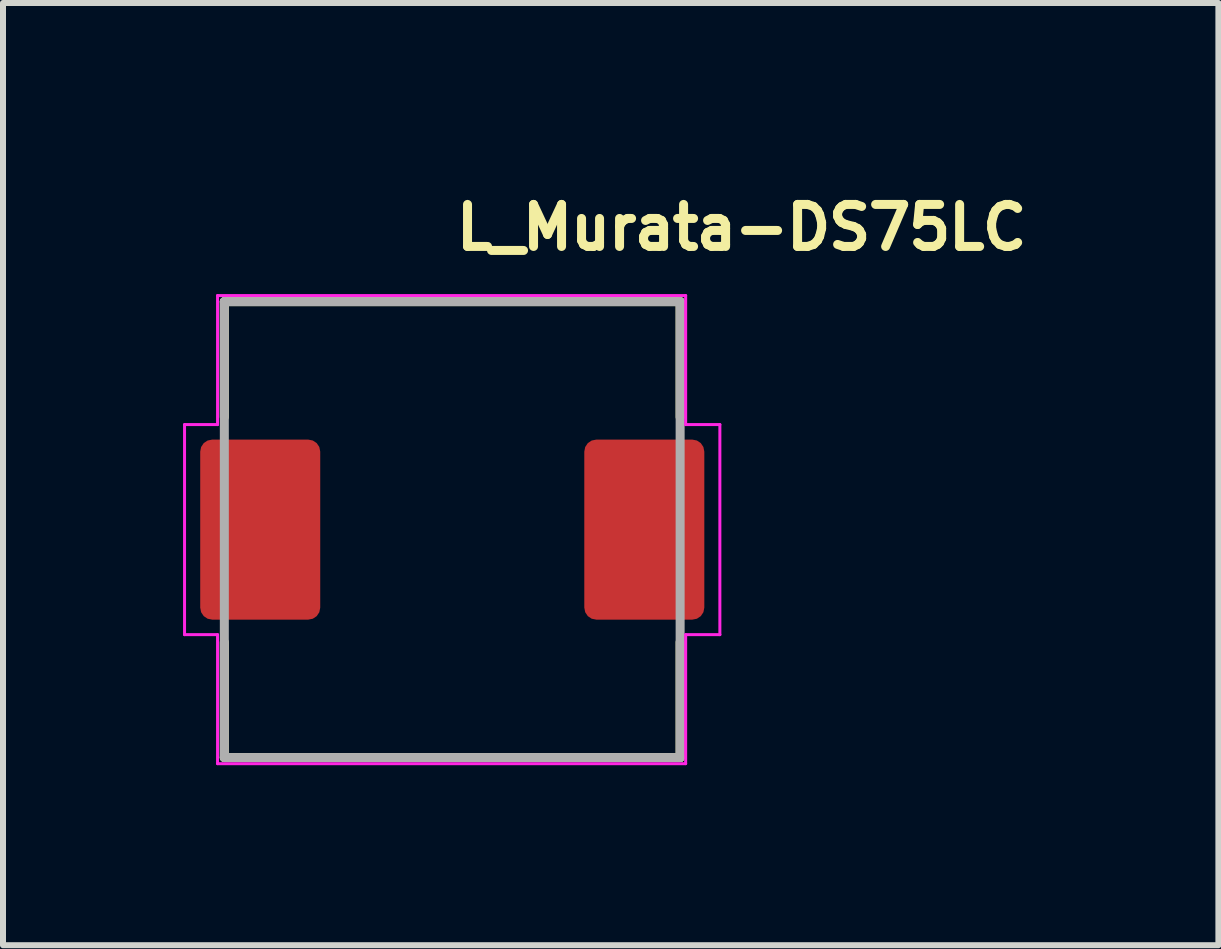
<source format=kicad_pcb>
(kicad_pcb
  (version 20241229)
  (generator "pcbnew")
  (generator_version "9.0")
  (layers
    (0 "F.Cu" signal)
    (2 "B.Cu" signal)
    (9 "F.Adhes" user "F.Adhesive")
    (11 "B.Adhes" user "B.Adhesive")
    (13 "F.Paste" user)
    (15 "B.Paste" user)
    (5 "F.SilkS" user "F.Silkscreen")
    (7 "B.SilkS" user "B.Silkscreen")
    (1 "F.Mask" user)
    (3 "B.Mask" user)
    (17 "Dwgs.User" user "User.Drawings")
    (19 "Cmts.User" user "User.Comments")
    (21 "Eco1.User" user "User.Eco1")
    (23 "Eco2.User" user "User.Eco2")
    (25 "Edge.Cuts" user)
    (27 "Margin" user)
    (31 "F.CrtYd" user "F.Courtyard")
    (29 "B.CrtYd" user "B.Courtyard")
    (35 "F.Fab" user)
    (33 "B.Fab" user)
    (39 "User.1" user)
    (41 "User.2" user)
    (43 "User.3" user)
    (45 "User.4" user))
  (footprint "L_Murata-DS75LC"
    (layer "F.Cu")
    (at 4.475 5.775)
    (property "Reference" "L_Murata-DS75LC" (at 0 -4.625 0) (layer "F.SilkS") (effects (font (size 0.7 0.7) (thickness 0.15)) (justify left bottom)))
    (attr smd)
    (fp_line (start -3.787 -3.799) (end 3.808 -3.799) (stroke (width 0.15) (type solid)) (layer "F.SilkS"))
    (fp_line (start -3.787 -1.875) (end -3.787 -3.799) (stroke (width 0.15) (type solid)) (layer "F.SilkS"))
    (fp_line (start -3.787 3.798) (end -3.787 1.875) (stroke (width 0.15) (type solid)) (layer "F.SilkS"))
    (fp_line (start -3.787 3.798) (end 3.808 3.798) (stroke (width 0.15) (type solid)) (layer "F.SilkS"))
    (fp_line (start 3.808 -1.875) (end 3.808 -3.799) (stroke (width 0.15) (type solid)) (layer "F.SilkS"))
    (fp_line (start 3.808 3.798) (end 3.808 1.875) (stroke (width 0.15) (type solid)) (layer "F.SilkS"))
    (fp_line (start -4.45 -1.75) (end -4.45 1.75) (stroke (width 0.05) (type solid)) (layer "F.CrtYd"))
    (fp_line (start -3.9 -1.75) (end -4.45 -1.75) (stroke (width 0.05) (type solid)) (layer "F.CrtYd"))
    (fp_line (start -3.9 -1.75) (end -3.9 -3.9) (stroke (width 0.05) (type solid)) (layer "F.CrtYd"))
    (fp_line (start -3.9 1.75) (end -4.45 1.75) (stroke (width 0.05) (type solid)) (layer "F.CrtYd"))
    (fp_line (start -3.9 1.75) (end -3.9 3.9) (stroke (width 0.05) (type solid)) (layer "F.CrtYd"))
    (fp_line (start 3.9 -3.9) (end -3.9 -3.9) (stroke (width 0.05) (type solid)) (layer "F.CrtYd"))
    (fp_line (start 3.9 -3.9) (end 3.9 -1.75) (stroke (width 0.05) (type solid)) (layer "F.CrtYd"))
    (fp_line (start 3.9 -1.75) (end 4.47 -1.75) (stroke (width 0.05) (type solid)) (layer "F.CrtYd"))
    (fp_line (start 3.9 1.75) (end 3.9 3.9) (stroke (width 0.05) (type solid)) (layer "F.CrtYd"))
    (fp_line (start 3.9 1.75) (end 4.47 1.75) (stroke (width 0.05) (type solid)) (layer "F.CrtYd"))
    (fp_line (start 3.9 3.9) (end -3.9 3.9) (stroke (width 0.05) (type solid)) (layer "F.CrtYd"))
    (fp_line (start 4.47 1.75) (end 4.47 -1.75) (stroke (width 0.05) (type solid)) (layer "F.CrtYd"))
    (fp_line (start -3.787 -3.799) (end 3.808 -3.799) (stroke (width 0.15) (type solid)) (layer "F.Fab"))
    (fp_line (start -3.787 3.798) (end -3.787 -3.799) (stroke (width 0.15) (type solid)) (layer "F.Fab"))
    (fp_line (start 3.808 -3.799) (end 3.808 3.798) (stroke (width 0.15) (type solid)) (layer "F.Fab"))
    (fp_line (start 3.808 3.798) (end -3.787 3.798) (stroke (width 0.15) (type solid)) (layer "F.Fab"))
    (fp_rect (start -3.65 -3.65) (end 3.65 3.65) (stroke (width 0.1) (type solid)) (fill no) (layer "User.5"))
    (fp_line (start -3.65 -1) (end -3.65 1) (stroke (width 0.02) (type solid)) (layer "User.9"))
    (fp_line (start -3.65 1) (end -3.65 -1) (stroke (width 0.02) (type solid)) (layer "User.9"))
    (fp_line (start -3.65 1) (end -3.5 1) (stroke (width 0.02) (type solid)) (layer "User.9"))
    (fp_line (start -3.5 -3.15) (end -3.499 -3.174) (stroke (width 0.02) (type solid)) (layer "User.9"))
    (fp_line (start -3.5 -1) (end -3.65 -1) (stroke (width 0.02) (type solid)) (layer "User.9"))
    (fp_line (start -3.5 -1) (end -3.5 -3.15) (stroke (width 0.02) (type solid)) (layer "User.9"))
    (fp_line (start -3.5 -1) (end -2.85 -1) (stroke (width 0.02) (type solid)) (layer "User.9"))
    (fp_line (start -3.5 3.15) (end -3.5 1) (stroke (width 0.02) (type solid)) (layer "User.9"))
    (fp_line (start -3.499 -3.174) (end -3.497 -3.199) (stroke (width 0.02) (type solid)) (layer "User.9"))
    (fp_line (start -3.499 3.174) (end -3.5 3.15) (stroke (width 0.02) (type solid)) (layer "User.9"))
    (fp_line (start -3.497 -3.199) (end -3.494 -3.223) (stroke (width 0.02) (type solid)) (layer "User.9"))
    (fp_line (start -3.497 3.199) (end -3.499 3.174) (stroke (width 0.02) (type solid)) (layer "User.9"))
    (fp_line (start -3.494 -3.223) (end -3.49 -3.248) (stroke (width 0.02) (type solid)) (layer "User.9"))
    (fp_line (start -3.494 3.223) (end -3.497 3.199) (stroke (width 0.02) (type solid)) (layer "User.9"))
    (fp_line (start -3.49 -3.248) (end -3.484 -3.271) (stroke (width 0.02) (type solid)) (layer "User.9"))
    (fp_line (start -3.49 3.248) (end -3.494 3.223) (stroke (width 0.02) (type solid)) (layer "User.9"))
    (fp_line (start -3.484 -3.271) (end -3.478 -3.295) (stroke (width 0.02) (type solid)) (layer "User.9"))
    (fp_line (start -3.484 3.271) (end -3.49 3.248) (stroke (width 0.02) (type solid)) (layer "User.9"))
    (fp_line (start -3.478 -3.295) (end -3.47 -3.318) (stroke (width 0.02) (type solid)) (layer "User.9"))
    (fp_line (start -3.478 3.295) (end -3.484 3.271) (stroke (width 0.02) (type solid)) (layer "User.9"))
    (fp_line (start -3.47 -3.318) (end -3.461 -3.341) (stroke (width 0.02) (type solid)) (layer "User.9"))
    (fp_line (start -3.47 3.317) (end -3.478 3.295) (stroke (width 0.02) (type solid)) (layer "User.9"))
    (fp_line (start -3.461 -3.341) (end -3.452 -3.363) (stroke (width 0.02) (type solid)) (layer "User.9"))
    (fp_line (start -3.461 3.341) (end -3.47 3.317) (stroke (width 0.02) (type solid)) (layer "User.9"))
    (fp_line (start -3.452 -3.363) (end -3.441 -3.384) (stroke (width 0.02) (type solid)) (layer "User.9"))
    (fp_line (start -3.452 3.363) (end -3.461 3.341) (stroke (width 0.02) (type solid)) (layer "User.9"))
    (fp_line (start -3.441 -3.384) (end -3.429 -3.406) (stroke (width 0.02) (type solid)) (layer "User.9"))
    (fp_line (start -3.441 3.384) (end -3.452 3.363) (stroke (width 0.02) (type solid)) (layer "User.9"))
    (fp_line (start -3.429 -3.406) (end -3.415 -3.427) (stroke (width 0.02) (type solid)) (layer "User.9"))
    (fp_line (start -3.429 3.405) (end -3.441 3.384) (stroke (width 0.02) (type solid)) (layer "User.9"))
    (fp_line (start -3.415 -3.427) (end -3.401 -3.447) (stroke (width 0.02) (type solid)) (layer "User.9"))
    (fp_line (start -3.415 3.426) (end -3.429 3.405) (stroke (width 0.02) (type solid)) (layer "User.9"))
    (fp_line (start -3.401 -3.447) (end -3.386 -3.466) (stroke (width 0.02) (type solid)) (layer "User.9"))
    (fp_line (start -3.401 3.447) (end -3.415 3.426) (stroke (width 0.02) (type solid)) (layer "User.9"))
    (fp_line (start -3.386 -3.466) (end -3.37 -3.485) (stroke (width 0.02) (type solid)) (layer "User.9"))
    (fp_line (start -3.386 3.466) (end -3.401 3.447) (stroke (width 0.02) (type solid)) (layer "User.9"))
    (fp_line (start -3.37 -3.485) (end -3.353 -3.503) (stroke (width 0.02) (type solid)) (layer "User.9"))
    (fp_line (start -3.37 3.485) (end -3.386 3.466) (stroke (width 0.02) (type solid)) (layer "User.9"))
    (fp_line (start -3.353 -3.503) (end -3.353 -3.503) (stroke (width 0.02) (type solid)) (layer "User.9"))
    (fp_line (start -3.353 -3.503) (end -3.335 -3.52) (stroke (width 0.02) (type solid)) (layer "User.9"))
    (fp_line (start -3.353 3.503) (end -3.37 3.485) (stroke (width 0.02) (type solid)) (layer "User.9"))
    (fp_line (start -3.353 3.503) (end -3.353 3.503) (stroke (width 0.02) (type solid)) (layer "User.9"))
    (fp_line (start -3.335 -3.52) (end -3.316 -3.536) (stroke (width 0.02) (type solid)) (layer "User.9"))
    (fp_line (start -3.335 3.519) (end -3.353 3.503) (stroke (width 0.02) (type solid)) (layer "User.9"))
    (fp_line (start -3.316 -3.536) (end -3.297 -3.551) (stroke (width 0.02) (type solid)) (layer "User.9"))
    (fp_line (start -3.316 3.535) (end -3.335 3.519) (stroke (width 0.02) (type solid)) (layer "User.9"))
    (fp_line (start -3.297 -3.551) (end -3.277 -3.565) (stroke (width 0.02) (type solid)) (layer "User.9"))
    (fp_line (start -3.297 3.551) (end -3.316 3.535) (stroke (width 0.02) (type solid)) (layer "User.9"))
    (fp_line (start -3.277 -3.565) (end -3.256 -3.578) (stroke (width 0.02) (type solid)) (layer "User.9"))
    (fp_line (start -3.277 3.565) (end -3.297 3.551) (stroke (width 0.02) (type solid)) (layer "User.9"))
    (fp_line (start -3.256 -3.578) (end -3.235 -3.591) (stroke (width 0.02) (type solid)) (layer "User.9"))
    (fp_line (start -3.256 3.578) (end -3.277 3.565) (stroke (width 0.02) (type solid)) (layer "User.9"))
    (fp_line (start -3.235 -3.591) (end -3.213 -3.602) (stroke (width 0.02) (type solid)) (layer "User.9"))
    (fp_line (start -3.235 3.591) (end -3.256 3.578) (stroke (width 0.02) (type solid)) (layer "User.9"))
    (fp_line (start -3.213 -3.602) (end -3.191 -3.61) (stroke (width 0.02) (type solid)) (layer "User.9"))
    (fp_line (start -3.213 3.602) (end -3.235 3.591) (stroke (width 0.02) (type solid)) (layer "User.9"))
    (fp_line (start -3.191 -3.61) (end -3.168 -3.62) (stroke (width 0.02) (type solid)) (layer "User.9"))
    (fp_line (start -3.191 3.61) (end -3.213 3.602) (stroke (width 0.02) (type solid)) (layer "User.9"))
    (fp_line (start -3.168 -3.62) (end -3.145 -3.628) (stroke (width 0.02) (type solid)) (layer "User.9"))
    (fp_line (start -3.168 3.62) (end -3.191 3.61) (stroke (width 0.02) (type solid)) (layer "User.9"))
    (fp_line (start -3.145 -3.628) (end -3.121 -3.634) (stroke (width 0.02) (type solid)) (layer "User.9"))
    (fp_line (start -3.145 3.628) (end -3.168 3.62) (stroke (width 0.02) (type solid)) (layer "User.9"))
    (fp_line (start -3.121 -3.634) (end -3.098 -3.639) (stroke (width 0.02) (type solid)) (layer "User.9"))
    (fp_line (start -3.121 3.634) (end -3.145 3.628) (stroke (width 0.02) (type solid)) (layer "User.9"))
    (fp_line (start -3.098 -3.639) (end -3.073 -3.644) (stroke (width 0.02) (type solid)) (layer "User.9"))
    (fp_line (start -3.098 3.639) (end -3.121 3.634) (stroke (width 0.02) (type solid)) (layer "User.9"))
    (fp_line (start -3.073 -3.644) (end -3.049 -3.647) (stroke (width 0.02) (type solid)) (layer "User.9"))
    (fp_line (start -3.073 3.644) (end -3.098 3.639) (stroke (width 0.02) (type solid)) (layer "User.9"))
    (fp_line (start -3.049 -3.647) (end -3.024 -3.649) (stroke (width 0.02) (type solid)) (layer "User.9"))
    (fp_line (start -3.049 3.647) (end -3.073 3.644) (stroke (width 0.02) (type solid)) (layer "User.9"))
    (fp_line (start -3.024 -3.649) (end -3 -3.65) (stroke (width 0.02) (type solid)) (layer "User.9"))
    (fp_line (start -3.024 3.649) (end -3.049 3.647) (stroke (width 0.02) (type solid)) (layer "User.9"))
    (fp_line (start -3 -3.65) (end 3 -3.65) (stroke (width 0.02) (type solid)) (layer "User.9"))
    (fp_line (start -3 3.65) (end -3.024 3.649) (stroke (width 0.02) (type solid)) (layer "User.9"))
    (fp_line (start -2.85 -1) (end -2.839 -0.999) (stroke (width 0.02) (type solid)) (layer "User.9"))
    (fp_line (start -2.85 1) (end -3.5 1) (stroke (width 0.02) (type solid)) (layer "User.9"))
    (fp_line (start -2.839 -0.999) (end -2.829 -0.998) (stroke (width 0.02) (type solid)) (layer "User.9"))
    (fp_line (start -2.839 0.999) (end -2.85 1) (stroke (width 0.02) (type solid)) (layer "User.9"))
    (fp_line (start -2.829 -0.998) (end -2.819 -0.997) (stroke (width 0.02) (type solid)) (layer "User.9"))
    (fp_line (start -2.829 0.998) (end -2.839 0.999) (stroke (width 0.02) (type solid)) (layer "User.9"))
    (fp_line (start -2.828 0.998) (end -2.787 1.109) (stroke (width 0.02) (type solid)) (layer "User.9"))
    (fp_line (start -2.819 -0.997) (end -2.809 -0.995) (stroke (width 0.02) (type solid)) (layer "User.9"))
    (fp_line (start -2.819 0.996) (end -2.829 0.998) (stroke (width 0.02) (type solid)) (layer "User.9"))
    (fp_line (start -2.809 -0.995) (end -2.8 -0.993) (stroke (width 0.02) (type solid)) (layer "User.9"))
    (fp_line (start -2.809 0.995) (end -2.819 0.996) (stroke (width 0.02) (type solid)) (layer "User.9"))
    (fp_line (start -2.8 -0.993) (end -2.79 -0.991) (stroke (width 0.02) (type solid)) (layer "User.9"))
    (fp_line (start -2.8 0.992) (end -2.809 0.995) (stroke (width 0.02) (type solid)) (layer "User.9"))
    (fp_line (start -2.79 -0.991) (end -2.781 -0.987) (stroke (width 0.02) (type solid)) (layer "User.9"))
    (fp_line (start -2.79 0.991) (end -2.8 0.992) (stroke (width 0.02) (type solid)) (layer "User.9"))
    (fp_line (start -2.787 1.109) (end -2.741 1.218) (stroke (width 0.02) (type solid)) (layer "User.9"))
    (fp_line (start -2.781 -0.987) (end -2.772 -0.984) (stroke (width 0.02) (type solid)) (layer "User.9"))
    (fp_line (start -2.781 0.987) (end -2.79 0.991) (stroke (width 0.02) (type solid)) (layer "User.9"))
    (fp_line (start -2.772 -0.984) (end -2.763 -0.98) (stroke (width 0.02) (type solid)) (layer "User.9"))
    (fp_line (start -2.772 0.984) (end -2.781 0.987) (stroke (width 0.02) (type solid)) (layer "User.9"))
    (fp_line (start -2.772 1.145) (end -2.759 1.177) (stroke (width 0.02) (type solid)) (layer "User.9"))
    (fp_line (start -2.763 -0.98) (end -2.754 -0.975) (stroke (width 0.02) (type solid)) (layer "User.9"))
    (fp_line (start -2.763 0.98) (end -2.772 0.984) (stroke (width 0.02) (type solid)) (layer "User.9"))
    (fp_line (start -2.759 1.177) (end -2.753 1.19) (stroke (width 0.02) (type solid)) (layer "User.9"))
    (fp_line (start -2.754 -0.975) (end -2.746 -0.971) (stroke (width 0.02) (type solid)) (layer "User.9"))
    (fp_line (start -2.754 0.975) (end -2.763 0.98) (stroke (width 0.02) (type solid)) (layer "User.9"))
    (fp_line (start -2.753 1.19) (end -2.748 1.201) (stroke (width 0.02) (type solid)) (layer "User.9"))
    (fp_line (start -2.746 -0.971) (end -2.738 -0.965) (stroke (width 0.02) (type solid)) (layer "User.9"))
    (fp_line (start -2.746 0.971) (end -2.754 0.975) (stroke (width 0.02) (type solid)) (layer "User.9"))
    (fp_line (start -2.741 -1.218) (end -2.828 -0.998) (stroke (width 0.02) (type solid)) (layer "User.9"))
    (fp_line (start -2.741 1.218) (end -2.691 1.325) (stroke (width 0.02) (type solid)) (layer "User.9"))
    (fp_line (start -2.738 -0.965) (end -2.73 -0.96) (stroke (width 0.02) (type solid)) (layer "User.9"))
    (fp_line (start -2.738 0.964) (end -2.746 0.971) (stroke (width 0.02) (type solid)) (layer "User.9"))
    (fp_line (start -2.73 -0.96) (end -2.722 -0.953) (stroke (width 0.02) (type solid)) (layer "User.9"))
    (fp_line (start -2.73 0.96) (end -2.738 0.964) (stroke (width 0.02) (type solid)) (layer "User.9"))
    (fp_line (start -2.722 -0.953) (end -2.715 -0.947) (stroke (width 0.02) (type solid)) (layer "User.9"))
    (fp_line (start -2.722 0.954) (end -2.73 0.96) (stroke (width 0.02) (type solid)) (layer "User.9"))
    (fp_line (start -2.715 -0.947) (end -2.708 -0.941) (stroke (width 0.02) (type solid)) (layer "User.9"))
    (fp_line (start -2.715 0.947) (end -2.722 0.954) (stroke (width 0.02) (type solid)) (layer "User.9"))
    (fp_line (start -2.708 -0.941) (end -2.701 -0.933) (stroke (width 0.02) (type solid)) (layer "User.9"))
    (fp_line (start -2.708 0.94) (end -2.715 0.947) (stroke (width 0.02) (type solid)) (layer "User.9"))
    (fp_line (start -2.701 -0.933) (end -2.695 -0.927) (stroke (width 0.02) (type solid)) (layer "User.9"))
    (fp_line (start -2.701 0.934) (end -2.708 0.94) (stroke (width 0.02) (type solid)) (layer "User.9"))
    (fp_line (start -2.695 -0.927) (end -2.689 -0.919) (stroke (width 0.02) (type solid)) (layer "User.9"))
    (fp_line (start -2.695 0.927) (end -2.701 0.934) (stroke (width 0.02) (type solid)) (layer "User.9"))
    (fp_line (start -2.691 1.325) (end -2.637 1.428) (stroke (width 0.02) (type solid)) (layer "User.9"))
    (fp_line (start -2.689 -0.919) (end -2.684 -0.911) (stroke (width 0.02) (type solid)) (layer "User.9"))
    (fp_line (start -2.689 0.919) (end -2.695 0.927) (stroke (width 0.02) (type solid)) (layer "User.9"))
    (fp_line (start -2.684 -0.911) (end -2.678 -0.903) (stroke (width 0.02) (type solid)) (layer "User.9"))
    (fp_line (start -2.684 0.911) (end -2.689 0.919) (stroke (width 0.02) (type solid)) (layer "User.9"))
    (fp_line (start -2.678 -0.903) (end -2.674 -0.895) (stroke (width 0.02) (type solid)) (layer "User.9"))
    (fp_line (start -2.678 0.903) (end -2.684 0.911) (stroke (width 0.02) (type solid)) (layer "User.9"))
    (fp_line (start -2.674 -0.895) (end -2.669 -0.885) (stroke (width 0.02) (type solid)) (layer "User.9"))
    (fp_line (start -2.674 0.895) (end -2.678 0.903) (stroke (width 0.02) (type solid)) (layer "User.9"))
    (fp_line (start -2.669 -0.885) (end -2.665 -0.877) (stroke (width 0.02) (type solid)) (layer "User.9"))
    (fp_line (start -2.669 0.886) (end -2.674 0.895) (stroke (width 0.02) (type solid)) (layer "User.9"))
    (fp_line (start -2.665 -0.877) (end -2.662 -0.868) (stroke (width 0.02) (type solid)) (layer "User.9"))
    (fp_line (start -2.665 0.876) (end -2.669 0.886) (stroke (width 0.02) (type solid)) (layer "User.9"))
    (fp_line (start -2.662 -0.868) (end -2.658 -0.859) (stroke (width 0.02) (type solid)) (layer "User.9"))
    (fp_line (start -2.662 0.867) (end -2.665 0.876) (stroke (width 0.02) (type solid)) (layer "User.9"))
    (fp_line (start -2.661 -0.868) (end -2.624 -0.975) (stroke (width 0.02) (type solid)) (layer "User.9"))
    (fp_line (start -2.658 -0.859) (end -2.656 -0.849) (stroke (width 0.02) (type solid)) (layer "User.9"))
    (fp_line (start -2.658 0.859) (end -2.662 0.867) (stroke (width 0.02) (type solid)) (layer "User.9"))
    (fp_line (start -2.656 -0.849) (end -2.654 -0.84) (stroke (width 0.02) (type solid)) (layer "User.9"))
    (fp_line (start -2.656 0.849) (end -2.658 0.859) (stroke (width 0.02) (type solid)) (layer "User.9"))
    (fp_line (start -2.654 -0.84) (end -2.652 -0.83) (stroke (width 0.02) (type solid)) (layer "User.9"))
    (fp_line (start -2.654 0.839) (end -2.656 0.849) (stroke (width 0.02) (type solid)) (layer "User.9"))
    (fp_line (start -2.652 -0.83) (end -2.651 -0.82) (stroke (width 0.02) (type solid)) (layer "User.9"))
    (fp_line (start -2.652 0.83) (end -2.654 0.839) (stroke (width 0.02) (type solid)) (layer "User.9"))
    (fp_line (start -2.651 -0.82) (end -2.65 -0.81) (stroke (width 0.02) (type solid)) (layer "User.9"))
    (fp_line (start -2.651 0.819) (end -2.652 0.83) (stroke (width 0.02) (type solid)) (layer "User.9"))
    (fp_line (start -2.65 -0.81) (end -2.65 -0.8) (stroke (width 0.02) (type solid)) (layer "User.9"))
    (fp_line (start -2.65 -0.8) (end -2.65 0.799) (stroke (width 0.02) (type solid)) (layer "User.9"))
    (fp_line (start -2.65 -0.299) (end -2.4 -0.299) (stroke (width 0.02) (type solid)) (layer "User.9"))
    (fp_line (start -2.65 -0.299) (end -2.4 -0.299) (stroke (width 0.02) (type solid)) (layer "User.9"))
    (fp_line (start -2.65 0.299) (end -2.4 0.299) (stroke (width 0.02) (type solid)) (layer "User.9"))
    (fp_line (start -2.65 0.799) (end -2.65 0.81) (stroke (width 0.02) (type solid)) (layer "User.9"))
    (fp_line (start -2.65 0.81) (end -2.651 0.819) (stroke (width 0.02) (type solid)) (layer "User.9"))
    (fp_line (start -2.637 -1.429) (end -2.741 -1.218) (stroke (width 0.02) (type solid)) (layer "User.9"))
    (fp_line (start -2.637 1.428) (end -2.58 1.53) (stroke (width 0.02) (type solid)) (layer "User.9"))
    (fp_line (start -2.624 -0.975) (end -2.583 -1.079) (stroke (width 0.02) (type solid)) (layer "User.9"))
    (fp_line (start -2.583 -1.079) (end -2.661 -0.868) (stroke (width 0.02) (type solid)) (layer "User.9"))
    (fp_line (start -2.583 -1.079) (end -2.538 -1.182) (stroke (width 0.02) (type solid)) (layer "User.9"))
    (fp_line (start -2.583 1.079) (end -2.661 0.867) (stroke (width 0.02) (type solid)) (layer "User.9"))
    (fp_line (start -2.58 1.53) (end -2.519 1.628) (stroke (width 0.02) (type solid)) (layer "User.9"))
    (fp_line (start -2.538 -1.182) (end -2.489 -1.282) (stroke (width 0.02) (type solid)) (layer "User.9"))
    (fp_line (start -2.519 -1.628) (end -2.637 -1.429) (stroke (width 0.02) (type solid)) (layer "User.9"))
    (fp_line (start -2.519 1.628) (end -2.454 1.724) (stroke (width 0.02) (type solid)) (layer "User.9"))
    (fp_line (start -2.489 -1.282) (end -2.583 -1.079) (stroke (width 0.02) (type solid)) (layer "User.9"))
    (fp_line (start -2.489 -1.282) (end -2.436 -1.379) (stroke (width 0.02) (type solid)) (layer "User.9"))
    (fp_line (start -2.489 1.282) (end -2.583 1.079) (stroke (width 0.02) (type solid)) (layer "User.9"))
    (fp_line (start -2.454 1.724) (end -2.387 1.817) (stroke (width 0.02) (type solid)) (layer "User.9"))
    (fp_line (start -2.436 -1.379) (end -2.38 -1.474) (stroke (width 0.02) (type solid)) (layer "User.9"))
    (fp_line (start -2.4 -0.299) (end -2.65 -0.299) (stroke (width 0.02) (type solid)) (layer "User.9"))
    (fp_line (start -2.4 0.299) (end -2.65 0.299) (stroke (width 0.02) (type solid)) (layer "User.9"))
    (fp_line (start -2.4 0.299) (end -2.38 0.298) (stroke (width 0.02) (type solid)) (layer "User.9"))
    (fp_line (start -2.389 -0.298) (end -2.4 -0.299) (stroke (width 0.02) (type solid)) (layer "User.9"))
    (fp_line (start -2.387 -1.817) (end -2.519 -1.628) (stroke (width 0.02) (type solid)) (layer "User.9"))
    (fp_line (start -2.387 1.817) (end -2.315 1.907) (stroke (width 0.02) (type solid)) (layer "User.9"))
    (fp_line (start -2.38 -1.474) (end -2.489 -1.282) (stroke (width 0.02) (type solid)) (layer "User.9"))
    (fp_line (start -2.38 -1.474) (end -2.32 -1.565) (stroke (width 0.02) (type solid)) (layer "User.9"))
    (fp_line (start -2.38 -0.298) (end -2.389 -0.298) (stroke (width 0.02) (type solid)) (layer "User.9"))
    (fp_line (start -2.38 0.298) (end -2.36 0.297) (stroke (width 0.02) (type solid)) (layer "User.9"))
    (fp_line (start -2.38 1.474) (end -2.489 1.282) (stroke (width 0.02) (type solid)) (layer "User.9"))
    (fp_line (start -2.37 -0.298) (end -2.38 -0.298) (stroke (width 0.02) (type solid)) (layer "User.9"))
    (fp_line (start -2.36 -0.297) (end -2.37 -0.298) (stroke (width 0.02) (type solid)) (layer "User.9"))
    (fp_line (start -2.36 0.297) (end -2.34 0.294) (stroke (width 0.02) (type solid)) (layer "User.9"))
    (fp_line (start -2.35 -0.294) (end -2.36 -0.297) (stroke (width 0.02) (type solid)) (layer "User.9"))
    (fp_line (start -2.34 -0.294) (end -2.35 -0.294) (stroke (width 0.02) (type solid)) (layer "User.9"))
    (fp_line (start -2.34 0.294) (end -2.321 0.289) (stroke (width 0.02) (type solid)) (layer "User.9"))
    (fp_line (start -2.331 -0.291) (end -2.34 -0.294) (stroke (width 0.02) (type solid)) (layer "User.9"))
    (fp_line (start -2.321 -0.289) (end -2.331 -0.291) (stroke (width 0.02) (type solid)) (layer "User.9"))
    (fp_line (start -2.321 0.289) (end -2.303 0.282) (stroke (width 0.02) (type solid)) (layer "User.9"))
    (fp_line (start -2.32 -1.565) (end -2.257 -1.656) (stroke (width 0.02) (type solid)) (layer "User.9"))
    (fp_line (start -2.315 1.907) (end -2.241 1.993) (stroke (width 0.02) (type solid)) (layer "User.9"))
    (fp_line (start -2.312 -0.286) (end -2.321 -0.289) (stroke (width 0.02) (type solid)) (layer "User.9"))
    (fp_line (start -2.303 -0.282) (end -2.312 -0.286) (stroke (width 0.02) (type solid)) (layer "User.9"))
    (fp_line (start -2.303 0.282) (end -2.284 0.277) (stroke (width 0.02) (type solid)) (layer "User.9"))
    (fp_line (start -2.293 -0.279) (end -2.303 -0.282) (stroke (width 0.02) (type solid)) (layer "User.9"))
    (fp_line (start -2.284 -0.277) (end -2.293 -0.279) (stroke (width 0.02) (type solid)) (layer "User.9"))
    (fp_line (start -2.284 0.277) (end -2.267 0.267) (stroke (width 0.02) (type solid)) (layer "User.9"))
    (fp_line (start -2.275 -0.273) (end -2.284 -0.277) (stroke (width 0.02) (type solid)) (layer "User.9"))
    (fp_line (start -2.267 -0.267) (end -2.275 -0.273) (stroke (width 0.02) (type solid)) (layer "User.9"))
    (fp_line (start -2.267 0.267) (end -2.25 0.258) (stroke (width 0.02) (type solid)) (layer "User.9"))
    (fp_line (start -2.258 -0.263) (end -2.267 -0.267) (stroke (width 0.02) (type solid)) (layer "User.9"))
    (fp_line (start -2.257 -1.656) (end -2.38 -1.474) (stroke (width 0.02) (type solid)) (layer "User.9"))
    (fp_line (start -2.257 -1.656) (end -2.191 -1.742) (stroke (width 0.02) (type solid)) (layer "User.9"))
    (fp_line (start -2.257 1.655) (end -2.38 1.474) (stroke (width 0.02) (type solid)) (layer "User.9"))
    (fp_line (start -2.25 -0.258) (end -2.258 -0.263) (stroke (width 0.02) (type solid)) (layer "User.9"))
    (fp_line (start -2.25 0.258) (end -2.233 0.249) (stroke (width 0.02) (type solid)) (layer "User.9"))
    (fp_line (start -2.241 -1.994) (end -2.387 -1.817) (stroke (width 0.02) (type solid)) (layer "User.9"))
    (fp_line (start -2.241 -0.254) (end -2.25 -0.258) (stroke (width 0.02) (type solid)) (layer "User.9"))
    (fp_line (start -2.241 1.993) (end -2.163 2.078) (stroke (width 0.02) (type solid)) (layer "User.9"))
    (fp_line (start -2.233 -0.249) (end -2.241 -0.254) (stroke (width 0.02) (type solid)) (layer "User.9"))
    (fp_line (start -2.233 0.249) (end -2.217 0.237) (stroke (width 0.02) (type solid)) (layer "User.9"))
    (fp_line (start -2.225 -0.244) (end -2.233 -0.249) (stroke (width 0.02) (type solid)) (layer "User.9"))
    (fp_line (start -2.217 -0.237) (end -2.225 -0.244) (stroke (width 0.02) (type solid)) (layer "User.9"))
    (fp_line (start -2.217 0.237) (end -2.202 0.225) (stroke (width 0.02) (type solid)) (layer "User.9"))
    (fp_line (start -2.21 -0.232) (end -2.217 -0.237) (stroke (width 0.02) (type solid)) (layer "User.9"))
    (fp_line (start -2.202 -0.225) (end -2.21 -0.232) (stroke (width 0.02) (type solid)) (layer "User.9"))
    (fp_line (start -2.202 0.225) (end -2.188 0.212) (stroke (width 0.02) (type solid)) (layer "User.9"))
    (fp_line (start -2.195 -0.218) (end -2.202 -0.225) (stroke (width 0.02) (type solid)) (layer "User.9"))
    (fp_line (start -2.191 -1.742) (end -2.122 -1.826) (stroke (width 0.02) (type solid)) (layer "User.9"))
    (fp_line (start -2.188 -0.212) (end -2.195 -0.218) (stroke (width 0.02) (type solid)) (layer "User.9"))
    (fp_line (start -2.188 0.212) (end -2.174 0.197) (stroke (width 0.02) (type solid)) (layer "User.9"))
    (fp_line (start -2.181 -0.205) (end -2.188 -0.212) (stroke (width 0.02) (type solid)) (layer "User.9"))
    (fp_line (start -2.174 -0.197) (end -2.181 -0.205) (stroke (width 0.02) (type solid)) (layer "User.9"))
    (fp_line (start -2.174 0.197) (end -2.162 0.182) (stroke (width 0.02) (type solid)) (layer "User.9"))
    (fp_line (start -2.168 -0.189) (end -2.174 -0.197) (stroke (width 0.02) (type solid)) (layer "User.9"))
    (fp_line (start -2.163 2.078) (end -2.083 2.158) (stroke (width 0.02) (type solid)) (layer "User.9"))
    (fp_line (start -2.162 -0.182) (end -2.168 -0.189) (stroke (width 0.02) (type solid)) (layer "User.9"))
    (fp_line (start -2.162 0.182) (end -2.15 0.165) (stroke (width 0.02) (type solid)) (layer "User.9"))
    (fp_line (start -2.156 -0.174) (end -2.162 -0.182) (stroke (width 0.02) (type solid)) (layer "User.9"))
    (fp_line (start -2.15 -0.165) (end -2.156 -0.174) (stroke (width 0.02) (type solid)) (layer "User.9"))
    (fp_line (start -2.15 0.165) (end -2.14 0.149) (stroke (width 0.02) (type solid)) (layer "User.9"))
    (fp_line (start -2.145 -0.157) (end -2.15 -0.165) (stroke (width 0.02) (type solid)) (layer "User.9"))
    (fp_line (start -2.14 -0.149) (end -2.145 -0.157) (stroke (width 0.02) (type solid)) (layer "User.9"))
    (fp_line (start -2.14 -0.149) (end -2.14 -0.149) (stroke (width 0.02) (type solid)) (layer "User.9"))
    (fp_line (start -2.14 0.149) (end -2.14 0.149) (stroke (width 0.02) (type solid)) (layer "User.9"))
    (fp_line (start -2.14 0.149) (end -2.13 0.132) (stroke (width 0.02) (type solid)) (layer "User.9"))
    (fp_line (start -2.13 -0.132) (end -2.14 -0.149) (stroke (width 0.02) (type solid)) (layer "User.9"))
    (fp_line (start -2.13 0.132) (end -2.122 0.113) (stroke (width 0.02) (type solid)) (layer "User.9"))
    (fp_line (start -2.122 -1.826) (end -2.257 -1.656) (stroke (width 0.02) (type solid)) (layer "User.9"))
    (fp_line (start -2.122 -1.826) (end -2.049 -1.907) (stroke (width 0.02) (type solid)) (layer "User.9"))
    (fp_line (start -2.122 -0.113) (end -2.13 -0.132) (stroke (width 0.02) (type solid)) (layer "User.9"))
    (fp_line (start -2.122 0.113) (end -2.115 0.095) (stroke (width 0.02) (type solid)) (layer "User.9"))
    (fp_line (start -2.122 1.825) (end -2.257 1.655) (stroke (width 0.02) (type solid)) (layer "User.9"))
    (fp_line (start -2.115 -0.095) (end -2.122 -0.113) (stroke (width 0.02) (type solid)) (layer "User.9"))
    (fp_line (start -2.115 0.095) (end -2.11 0.076) (stroke (width 0.02) (type solid)) (layer "User.9"))
    (fp_line (start -2.11 -0.076) (end -2.115 -0.095) (stroke (width 0.02) (type solid)) (layer "User.9"))
    (fp_line (start -2.11 0.076) (end -2.105 0.056) (stroke (width 0.02) (type solid)) (layer "User.9"))
    (fp_line (start -2.105 -0.056) (end -2.11 -0.076) (stroke (width 0.02) (type solid)) (layer "User.9"))
    (fp_line (start -2.105 0.056) (end -2.102 0.037) (stroke (width 0.02) (type solid)) (layer "User.9"))
    (fp_line (start -2.102 -0.037) (end -2.105 -0.056) (stroke (width 0.02) (type solid)) (layer "User.9"))
    (fp_line (start -2.102 0.037) (end -2.1 0.019) (stroke (width 0.02) (type solid)) (layer "User.9"))
    (fp_line (start -2.1 -0.019) (end -2.102 -0.037) (stroke (width 0.02) (type solid)) (layer "User.9"))
    (fp_line (start -2.1 0) (end -2.1 -0.019) (stroke (width 0.02) (type solid)) (layer "User.9"))
    (fp_line (start -2.1 0.019) (end -2.1 0) (stroke (width 0.02) (type solid)) (layer "User.9"))
    (fp_line (start -2.083 -2.158) (end -2.241 -1.994) (stroke (width 0.02) (type solid)) (layer "User.9"))
    (fp_line (start -2.083 2.158) (end -1.998 2.235) (stroke (width 0.02) (type solid)) (layer "User.9"))
    (fp_line (start -2.049 -1.907) (end -1.974 -1.984) (stroke (width 0.02) (type solid)) (layer "User.9"))
    (fp_line (start -1.998 2.235) (end -1.913 2.309) (stroke (width 0.02) (type solid)) (layer "User.9"))
    (fp_line (start -1.974 -1.984) (end -2.122 -1.826) (stroke (width 0.02) (type solid)) (layer "User.9"))
    (fp_line (start -1.974 -1.984) (end -1.895 -2.06) (stroke (width 0.02) (type solid)) (layer "User.9"))
    (fp_line (start -1.974 1.985) (end -2.122 1.825) (stroke (width 0.02) (type solid)) (layer "User.9"))
    (fp_line (start -1.913 -2.31) (end -2.083 -2.158) (stroke (width 0.02) (type solid)) (layer "User.9"))
    (fp_line (start -1.913 2.309) (end -1.824 2.381) (stroke (width 0.02) (type solid)) (layer "User.9"))
    (fp_line (start -1.895 -2.06) (end -1.814 -2.132) (stroke (width 0.02) (type solid)) (layer "User.9"))
    (fp_line (start -1.824 2.381) (end -1.732 2.449) (stroke (width 0.02) (type solid)) (layer "User.9"))
    (fp_line (start -1.814 -2.132) (end -1.974 -1.984) (stroke (width 0.02) (type solid)) (layer "User.9"))
    (fp_line (start -1.814 -2.132) (end -1.73 -2.2) (stroke (width 0.02) (type solid)) (layer "User.9"))
    (fp_line (start -1.814 2.131) (end -1.974 1.985) (stroke (width 0.02) (type solid)) (layer "User.9"))
    (fp_line (start -1.732 -2.449) (end -1.913 -2.31) (stroke (width 0.02) (type solid)) (layer "User.9"))
    (fp_line (start -1.732 2.449) (end -1.637 2.513) (stroke (width 0.02) (type solid)) (layer "User.9"))
    (fp_line (start -1.73 -2.2) (end -1.643 -2.266) (stroke (width 0.02) (type solid)) (layer "User.9"))
    (fp_line (start -1.643 -2.266) (end -1.814 -2.132) (stroke (width 0.02) (type solid)) (layer "User.9"))
    (fp_line (start -1.643 -2.266) (end -1.555 -2.328) (stroke (width 0.02) (type solid)) (layer "User.9"))
    (fp_line (start -1.643 2.266) (end -1.814 2.131) (stroke (width 0.02) (type solid)) (layer "User.9"))
    (fp_line (start -1.637 2.513) (end -1.541 2.573) (stroke (width 0.02) (type solid)) (layer "User.9"))
    (fp_line (start -1.555 -2.328) (end -1.464 -2.386) (stroke (width 0.02) (type solid)) (layer "User.9"))
    (fp_line (start -1.541 -2.573) (end -1.732 -2.449) (stroke (width 0.02) (type solid)) (layer "User.9"))
    (fp_line (start -1.541 2.573) (end -1.443 2.63) (stroke (width 0.02) (type solid)) (layer "User.9"))
    (fp_line (start -1.464 -2.386) (end -1.643 -2.266) (stroke (width 0.02) (type solid)) (layer "User.9"))
    (fp_line (start -1.464 -2.386) (end -1.371 -2.441) (stroke (width 0.02) (type solid)) (layer "User.9"))
    (fp_line (start -1.464 2.386) (end -1.643 2.266) (stroke (width 0.02) (type solid)) (layer "User.9"))
    (fp_line (start -1.443 2.63) (end -1.342 2.683) (stroke (width 0.02) (type solid)) (layer "User.9"))
    (fp_line (start -1.371 -2.441) (end -1.274 -2.492) (stroke (width 0.02) (type solid)) (layer "User.9"))
    (fp_line (start -1.342 -2.683) (end -1.541 -2.573) (stroke (width 0.02) (type solid)) (layer "User.9"))
    (fp_line (start -1.342 2.683) (end -1.239 2.732) (stroke (width 0.02) (type solid)) (layer "User.9"))
    (fp_line (start -1.274 -2.492) (end -1.464 -2.386) (stroke (width 0.02) (type solid)) (layer "User.9"))
    (fp_line (start -1.274 -2.492) (end -1.178 -2.54) (stroke (width 0.02) (type solid)) (layer "User.9"))
    (fp_line (start -1.274 2.492) (end -1.464 2.386) (stroke (width 0.02) (type solid)) (layer "User.9"))
    (fp_line (start -1.239 2.732) (end -1.133 2.777) (stroke (width 0.02) (type solid)) (layer "User.9"))
    (fp_line (start -1.178 -2.54) (end -1.078 -2.584) (stroke (width 0.02) (type solid)) (layer "User.9"))
    (fp_line (start -1.133 -2.777) (end -1.342 -2.683) (stroke (width 0.02) (type solid)) (layer "User.9"))
    (fp_line (start -1.133 2.777) (end -1.027 2.817) (stroke (width 0.02) (type solid)) (layer "User.9"))
    (fp_line (start -1.078 -2.584) (end -1.274 -2.492) (stroke (width 0.02) (type solid)) (layer "User.9"))
    (fp_line (start -1.078 -2.584) (end -0.977 -2.624) (stroke (width 0.02) (type solid)) (layer "User.9"))
    (fp_line (start -1.078 2.583) (end -1.274 2.492) (stroke (width 0.02) (type solid)) (layer "User.9"))
    (fp_line (start -1.027 2.817) (end -0.918 2.855) (stroke (width 0.02) (type solid)) (layer "User.9"))
    (fp_line (start -0.977 -2.624) (end -0.874 -2.66) (stroke (width 0.02) (type solid)) (layer "User.9"))
    (fp_line (start -0.918 -2.855) (end -1.133 -2.777) (stroke (width 0.02) (type solid)) (layer "User.9"))
    (fp_line (start -0.918 2.855) (end -0.807 2.889) (stroke (width 0.02) (type solid)) (layer "User.9"))
    (fp_line (start -0.874 -2.66) (end -1.078 -2.584) (stroke (width 0.02) (type solid)) (layer "User.9"))
    (fp_line (start -0.874 -2.66) (end -0.769 -2.692) (stroke (width 0.02) (type solid)) (layer "User.9"))
    (fp_line (start -0.874 2.66) (end -1.078 2.583) (stroke (width 0.02) (type solid)) (layer "User.9"))
    (fp_line (start -0.807 2.889) (end -0.696 2.918) (stroke (width 0.02) (type solid)) (layer "User.9"))
    (fp_line (start -0.769 -2.692) (end -0.663 -2.72) (stroke (width 0.02) (type solid)) (layer "User.9"))
    (fp_line (start -0.696 -2.918) (end -0.918 -2.855) (stroke (width 0.02) (type solid)) (layer "User.9"))
    (fp_line (start -0.696 2.918) (end -0.583 2.942) (stroke (width 0.02) (type solid)) (layer "User.9"))
    (fp_line (start -0.663 -2.72) (end -0.874 -2.66) (stroke (width 0.02) (type solid)) (layer "User.9"))
    (fp_line (start -0.663 -2.72) (end -0.554 -2.743) (stroke (width 0.02) (type solid)) (layer "User.9"))
    (fp_line (start -0.663 2.719) (end -0.874 2.66) (stroke (width 0.02) (type solid)) (layer "User.9"))
    (fp_line (start -0.583 2.942) (end -0.468 2.963) (stroke (width 0.02) (type solid)) (layer "User.9"))
    (fp_line (start -0.554 -2.743) (end -0.446 -2.764) (stroke (width 0.02) (type solid)) (layer "User.9"))
    (fp_line (start -0.468 -2.963) (end -0.696 -2.918) (stroke (width 0.02) (type solid)) (layer "User.9"))
    (fp_line (start -0.468 2.963) (end -0.353 2.979) (stroke (width 0.02) (type solid)) (layer "User.9"))
    (fp_line (start -0.446 -2.764) (end -0.663 -2.72) (stroke (width 0.02) (type solid)) (layer "User.9"))
    (fp_line (start -0.446 -2.764) (end -0.335 -2.779) (stroke (width 0.02) (type solid)) (layer "User.9"))
    (fp_line (start -0.446 2.764) (end -0.663 2.719) (stroke (width 0.02) (type solid)) (layer "User.9"))
    (fp_line (start -0.353 2.979) (end -0.235 2.99) (stroke (width 0.02) (type solid)) (layer "User.9"))
    (fp_line (start -0.335 -2.779) (end -0.224 -2.79) (stroke (width 0.02) (type solid)) (layer "User.9"))
    (fp_line (start -0.235 -2.99) (end -0.468 -2.963) (stroke (width 0.02) (type solid)) (layer "User.9"))
    (fp_line (start -0.235 2.99) (end -0.118 2.997) (stroke (width 0.02) (type solid)) (layer "User.9"))
    (fp_line (start -0.224 -2.79) (end -0.446 -2.764) (stroke (width 0.02) (type solid)) (layer "User.9"))
    (fp_line (start -0.224 -2.79) (end -0.113 -2.797) (stroke (width 0.02) (type solid)) (layer "User.9"))
    (fp_line (start -0.224 2.79) (end -0.446 2.764) (stroke (width 0.02) (type solid)) (layer "User.9"))
    (fp_line (start -0.118 2.997) (end 0 2.998) (stroke (width 0.02) (type solid)) (layer "User.9"))
    (fp_line (start -0.113 -2.797) (end 0 -2.799) (stroke (width 0.02) (type solid)) (layer "User.9"))
    (fp_line (start 0 -2.999) (end -0.235 -2.99) (stroke (width 0.02) (type solid)) (layer "User.9"))
    (fp_line (start 0 -2.999) (end 0 -2.999) (stroke (width 0.02) (type solid)) (layer "User.9"))
    (fp_line (start 0 -2.799) (end -0.224 -2.79) (stroke (width 0.02) (type solid)) (layer "User.9"))
    (fp_line (start 0 -2.799) (end 0 -2.799) (stroke (width 0.02) (type solid)) (layer "User.9"))
    (fp_line (start 0 -2.799) (end 0 -2.799) (stroke (width 0.02) (type solid)) (layer "User.9"))
    (fp_line (start 0 -2.799) (end 0.225 -2.79) (stroke (width 0.02) (type solid)) (layer "User.9"))
    (fp_line (start 0 2.799) (end -0.224 2.79) (stroke (width 0.02) (type solid)) (layer "User.9"))
    (fp_line (start 0 2.799) (end 0 2.799) (stroke (width 0.02) (type solid)) (layer "User.9"))
    (fp_line (start 0 2.998) (end 0 2.998) (stroke (width 0.02) (type solid)) (layer "User.9"))
    (fp_line (start 0 2.998) (end 0.236 2.99) (stroke (width 0.02) (type solid)) (layer "User.9"))
    (fp_line (start 0.112 -2.797) (end 0 -2.799) (stroke (width 0.02) (type solid)) (layer "User.9"))
    (fp_line (start 0.112 2.796) (end 0 2.799) (stroke (width 0.02) (type solid)) (layer "User.9"))
    (fp_line (start 0.117 -2.997) (end 0 -2.999) (stroke (width 0.02) (type solid)) (layer "User.9"))
    (fp_line (start 0.225 -2.79) (end 0.112 -2.797) (stroke (width 0.02) (type solid)) (layer "User.9"))
    (fp_line (start 0.225 -2.79) (end 0.446 -2.764) (stroke (width 0.02) (type solid)) (layer "User.9"))
    (fp_line (start 0.225 2.79) (end 0.112 2.796) (stroke (width 0.02) (type solid)) (layer "User.9"))
    (fp_line (start 0.236 -2.99) (end 0.117 -2.997) (stroke (width 0.02) (type solid)) (layer "User.9"))
    (fp_line (start 0.236 2.99) (end 0.469 2.963) (stroke (width 0.02) (type solid)) (layer "User.9"))
    (fp_line (start 0.336 -2.779) (end 0.225 -2.79) (stroke (width 0.02) (type solid)) (layer "User.9"))
    (fp_line (start 0.336 2.779) (end 0.225 2.79) (stroke (width 0.02) (type solid)) (layer "User.9"))
    (fp_line (start 0.353 -2.979) (end 0.236 -2.99) (stroke (width 0.02) (type solid)) (layer "User.9"))
    (fp_line (start 0.446 -2.764) (end 0.336 -2.779) (stroke (width 0.02) (type solid)) (layer "User.9"))
    (fp_line (start 0.446 -2.764) (end 0.663 -2.72) (stroke (width 0.02) (type solid)) (layer "User.9"))
    (fp_line (start 0.446 2.764) (end 0.336 2.779) (stroke (width 0.02) (type solid)) (layer "User.9"))
    (fp_line (start 0.469 -2.963) (end 0.353 -2.979) (stroke (width 0.02) (type solid)) (layer "User.9"))
    (fp_line (start 0.469 2.963) (end 0.697 2.918) (stroke (width 0.02) (type solid)) (layer "User.9"))
    (fp_line (start 0.555 -2.743) (end 0.446 -2.764) (stroke (width 0.02) (type solid)) (layer "User.9"))
    (fp_line (start 0.555 2.743) (end 0.446 2.764) (stroke (width 0.02) (type solid)) (layer "User.9"))
    (fp_line (start 0.583 -2.942) (end 0.469 -2.963) (stroke (width 0.02) (type solid)) (layer "User.9"))
    (fp_line (start 0.663 -2.72) (end 0.555 -2.743) (stroke (width 0.02) (type solid)) (layer "User.9"))
    (fp_line (start 0.663 -2.72) (end 0.874 -2.66) (stroke (width 0.02) (type solid)) (layer "User.9"))
    (fp_line (start 0.663 2.719) (end 0.555 2.743) (stroke (width 0.02) (type solid)) (layer "User.9"))
    (fp_line (start 0.697 -2.918) (end 0.583 -2.942) (stroke (width 0.02) (type solid)) (layer "User.9"))
    (fp_line (start 0.697 2.918) (end 0.918 2.855) (stroke (width 0.02) (type solid)) (layer "User.9"))
    (fp_line (start 0.769 -2.692) (end 0.663 -2.72) (stroke (width 0.02) (type solid)) (layer "User.9"))
    (fp_line (start 0.769 2.692) (end 0.663 2.719) (stroke (width 0.02) (type solid)) (layer "User.9"))
    (fp_line (start 0.808 -2.889) (end 0.697 -2.918) (stroke (width 0.02) (type solid)) (layer "User.9"))
    (fp_line (start 0.874 -2.66) (end 0.769 -2.692) (stroke (width 0.02) (type solid)) (layer "User.9"))
    (fp_line (start 0.874 -2.66) (end 1.078 -2.584) (stroke (width 0.02) (type solid)) (layer "User.9"))
    (fp_line (start 0.874 2.66) (end 0.769 2.692) (stroke (width 0.02) (type solid)) (layer "User.9"))
    (fp_line (start 0.918 -2.855) (end 0.808 -2.889) (stroke (width 0.02) (type solid)) (layer "User.9"))
    (fp_line (start 0.918 2.855) (end 1.134 2.777) (stroke (width 0.02) (type solid)) (layer "User.9"))
    (fp_line (start 0.977 -2.624) (end 0.874 -2.66) (stroke (width 0.02) (type solid)) (layer "User.9"))
    (fp_line (start 0.977 2.623) (end 0.874 2.66) (stroke (width 0.02) (type solid)) (layer "User.9"))
    (fp_line (start 1.027 -2.818) (end 0.918 -2.855) (stroke (width 0.02) (type solid)) (layer "User.9"))
    (fp_line (start 1.078 -2.584) (end 0.977 -2.624) (stroke (width 0.02) (type solid)) (layer "User.9"))
    (fp_line (start 1.078 -2.584) (end 1.274 -2.492) (stroke (width 0.02) (type solid)) (layer "User.9"))
    (fp_line (start 1.078 2.583) (end 0.977 2.623) (stroke (width 0.02) (type solid)) (layer "User.9"))
    (fp_line (start 1.134 -2.777) (end 1.027 -2.818) (stroke (width 0.02) (type solid)) (layer "User.9"))
    (fp_line (start 1.134 2.777) (end 1.342 2.683) (stroke (width 0.02) (type solid)) (layer "User.9"))
    (fp_line (start 1.178 -2.54) (end 1.078 -2.584) (stroke (width 0.02) (type solid)) (layer "User.9"))
    (fp_line (start 1.178 2.54) (end 1.078 2.583) (stroke (width 0.02) (type solid)) (layer "User.9"))
    (fp_line (start 1.239 -2.732) (end 1.134 -2.777) (stroke (width 0.02) (type solid)) (layer "User.9"))
    (fp_line (start 1.274 -2.492) (end 1.178 -2.54) (stroke (width 0.02) (type solid)) (layer "User.9"))
    (fp_line (start 1.274 -2.492) (end 1.464 -2.386) (stroke (width 0.02) (type solid)) (layer "User.9"))
    (fp_line (start 1.274 2.492) (end 1.178 2.54) (stroke (width 0.02) (type solid)) (layer "User.9"))
    (fp_line (start 1.342 -2.683) (end 1.239 -2.732) (stroke (width 0.02) (type solid)) (layer "User.9"))
    (fp_line (start 1.342 2.683) (end 1.541 2.573) (stroke (width 0.02) (type solid)) (layer "User.9"))
    (fp_line (start 1.371 -2.441) (end 1.274 -2.492) (stroke (width 0.02) (type solid)) (layer "User.9"))
    (fp_line (start 1.371 2.441) (end 1.274 2.492) (stroke (width 0.02) (type solid)) (layer "User.9"))
    (fp_line (start 1.443 -2.63) (end 1.342 -2.683) (stroke (width 0.02) (type solid)) (layer "User.9"))
    (fp_line (start 1.464 -2.386) (end 1.371 -2.441) (stroke (width 0.02) (type solid)) (layer "User.9"))
    (fp_line (start 1.464 -2.386) (end 1.643 -2.266) (stroke (width 0.02) (type solid)) (layer "User.9"))
    (fp_line (start 1.464 2.386) (end 1.371 2.441) (stroke (width 0.02) (type solid)) (layer "User.9"))
    (fp_line (start 1.541 -2.573) (end 1.443 -2.63) (stroke (width 0.02) (type solid)) (layer "User.9"))
    (fp_line (start 1.541 2.573) (end 1.732 2.449) (stroke (width 0.02) (type solid)) (layer "User.9"))
    (fp_line (start 1.555 -2.328) (end 1.464 -2.386) (stroke (width 0.02) (type solid)) (layer "User.9"))
    (fp_line (start 1.555 2.328) (end 1.464 2.386) (stroke (width 0.02) (type solid)) (layer "User.9"))
    (fp_line (start 1.637 -2.513) (end 1.541 -2.573) (stroke (width 0.02) (type solid)) (layer "User.9"))
    (fp_line (start 1.643 -2.266) (end 1.555 -2.328) (stroke (width 0.02) (type solid)) (layer "User.9"))
    (fp_line (start 1.643 -2.266) (end 1.814 -2.132) (stroke (width 0.02) (type solid)) (layer "User.9"))
    (fp_line (start 1.643 2.266) (end 1.555 2.328) (stroke (width 0.02) (type solid)) (layer "User.9"))
    (fp_line (start 1.73 -2.2) (end 1.643 -2.266) (stroke (width 0.02) (type solid)) (layer "User.9"))
    (fp_line (start 1.73 2.2) (end 1.643 2.266) (stroke (width 0.02) (type solid)) (layer "User.9"))
    (fp_line (start 1.732 -2.449) (end 1.637 -2.513) (stroke (width 0.02) (type solid)) (layer "User.9"))
    (fp_line (start 1.732 2.449) (end 1.913 2.309) (stroke (width 0.02) (type solid)) (layer "User.9"))
    (fp_line (start 1.814 -2.132) (end 1.73 -2.2) (stroke (width 0.02) (type solid)) (layer "User.9"))
    (fp_line (start 1.814 -2.132) (end 1.974 -1.984) (stroke (width 0.02) (type solid)) (layer "User.9"))
    (fp_line (start 1.814 2.131) (end 1.73 2.2) (stroke (width 0.02) (type solid)) (layer "User.9"))
    (fp_line (start 1.824 -2.381) (end 1.732 -2.449) (stroke (width 0.02) (type solid)) (layer "User.9"))
    (fp_line (start 1.895 -2.06) (end 1.814 -2.132) (stroke (width 0.02) (type solid)) (layer "User.9"))
    (fp_line (start 1.895 2.059) (end 1.814 2.131) (stroke (width 0.02) (type solid)) (layer "User.9"))
    (fp_line (start 1.913 -2.31) (end 1.824 -2.381) (stroke (width 0.02) (type solid)) (layer "User.9"))
    (fp_line (start 1.913 2.309) (end 2.082 2.158) (stroke (width 0.02) (type solid)) (layer "User.9"))
    (fp_line (start 1.974 -1.984) (end 1.895 -2.06) (stroke (width 0.02) (type solid)) (layer "User.9"))
    (fp_line (start 1.974 -1.984) (end 2.122 -1.826) (stroke (width 0.02) (type solid)) (layer "User.9"))
    (fp_line (start 1.974 1.985) (end 1.895 2.059) (stroke (width 0.02) (type solid)) (layer "User.9"))
    (fp_line (start 1.999 -2.235) (end 1.913 -2.31) (stroke (width 0.02) (type solid)) (layer "User.9"))
    (fp_line (start 2.049 -1.907) (end 1.974 -1.984) (stroke (width 0.02) (type solid)) (layer "User.9"))
    (fp_line (start 2.049 1.907) (end 1.974 1.985) (stroke (width 0.02) (type solid)) (layer "User.9"))
    (fp_line (start 2.082 -2.158) (end 1.999 -2.235) (stroke (width 0.02) (type solid)) (layer "User.9"))
    (fp_line (start 2.082 2.158) (end 2.24 1.993) (stroke (width 0.02) (type solid)) (layer "User.9"))
    (fp_line (start 2.099 -0.019) (end 2.099 0) (stroke (width 0.02) (type solid)) (layer "User.9"))
    (fp_line (start 2.099 0) (end 2.099 0.019) (stroke (width 0.02) (type solid)) (layer "User.9"))
    (fp_line (start 2.099 0.019) (end 2.102 0.037) (stroke (width 0.02) (type solid)) (layer "User.9"))
    (fp_line (start 2.102 -0.037) (end 2.099 -0.019) (stroke (width 0.02) (type solid)) (layer "User.9"))
    (fp_line (start 2.102 0.037) (end 2.105 0.056) (stroke (width 0.02) (type solid)) (layer "User.9"))
    (fp_line (start 2.105 -0.056) (end 2.102 -0.037) (stroke (width 0.02) (type solid)) (layer "User.9"))
    (fp_line (start 2.105 0.056) (end 2.11 0.076) (stroke (width 0.02) (type solid)) (layer "User.9"))
    (fp_line (start 2.11 -0.076) (end 2.105 -0.056) (stroke (width 0.02) (type solid)) (layer "User.9"))
    (fp_line (start 2.11 0.076) (end 2.114 0.095) (stroke (width 0.02) (type solid)) (layer "User.9"))
    (fp_line (start 2.114 -0.095) (end 2.11 -0.076) (stroke (width 0.02) (type solid)) (layer "User.9"))
    (fp_line (start 2.114 0.095) (end 2.122 0.113) (stroke (width 0.02) (type solid)) (layer "User.9"))
    (fp_line (start 2.122 -1.826) (end 2.049 -1.907) (stroke (width 0.02) (type solid)) (layer "User.9"))
    (fp_line (start 2.122 -1.826) (end 2.256 -1.656) (stroke (width 0.02) (type solid)) (layer "User.9"))
    (fp_line (start 2.122 -0.113) (end 2.114 -0.095) (stroke (width 0.02) (type solid)) (layer "User.9"))
    (fp_line (start 2.122 0.113) (end 2.13 0.132) (stroke (width 0.02) (type solid)) (layer "User.9"))
    (fp_line (start 2.122 1.825) (end 2.049 1.907) (stroke (width 0.02) (type solid)) (layer "User.9"))
    (fp_line (start 2.13 -0.132) (end 2.122 -0.113) (stroke (width 0.02) (type solid)) (layer "User.9"))
    (fp_line (start 2.13 0.132) (end 2.139 0.149) (stroke (width 0.02) (type solid)) (layer "User.9"))
    (fp_line (start 2.139 -0.149) (end 2.13 -0.132) (stroke (width 0.02) (type solid)) (layer "User.9"))
    (fp_line (start 2.139 -0.149) (end 2.139 -0.149) (stroke (width 0.02) (type solid)) (layer "User.9"))
    (fp_line (start 2.139 0.149) (end 2.139 0.149) (stroke (width 0.02) (type solid)) (layer "User.9"))
    (fp_line (start 2.139 0.149) (end 2.144 0.157) (stroke (width 0.02) (type solid)) (layer "User.9"))
    (fp_line (start 2.144 0.157) (end 2.15 0.165) (stroke (width 0.02) (type solid)) (layer "User.9"))
    (fp_line (start 2.15 -0.165) (end 2.139 -0.149) (stroke (width 0.02) (type solid)) (layer "User.9"))
    (fp_line (start 2.15 0.165) (end 2.155 0.174) (stroke (width 0.02) (type solid)) (layer "User.9"))
    (fp_line (start 2.155 0.174) (end 2.162 0.182) (stroke (width 0.02) (type solid)) (layer "User.9"))
    (fp_line (start 2.162 -2.078) (end 2.082 -2.158) (stroke (width 0.02) (type solid)) (layer "User.9"))
    (fp_line (start 2.162 -0.182) (end 2.15 -0.165) (stroke (width 0.02) (type solid)) (layer "User.9"))
    (fp_line (start 2.162 0.182) (end 2.167 0.189) (stroke (width 0.02) (type solid)) (layer "User.9"))
    (fp_line (start 2.167 0.189) (end 2.174 0.197) (stroke (width 0.02) (type solid)) (layer "User.9"))
    (fp_line (start 2.174 -0.197) (end 2.162 -0.182) (stroke (width 0.02) (type solid)) (layer "User.9"))
    (fp_line (start 2.174 0.197) (end 2.18 0.205) (stroke (width 0.02) (type solid)) (layer "User.9"))
    (fp_line (start 2.18 0.205) (end 2.187 0.212) (stroke (width 0.02) (type solid)) (layer "User.9"))
    (fp_line (start 2.187 -0.212) (end 2.174 -0.197) (stroke (width 0.02) (type solid)) (layer "User.9"))
    (fp_line (start 2.187 0.212) (end 2.195 0.218) (stroke (width 0.02) (type solid)) (layer "User.9"))
    (fp_line (start 2.191 -1.742) (end 2.122 -1.826) (stroke (width 0.02) (type solid)) (layer "User.9"))
    (fp_line (start 2.191 1.742) (end 2.122 1.825) (stroke (width 0.02) (type solid)) (layer "User.9"))
    (fp_line (start 2.195 0.218) (end 2.202 0.225) (stroke (width 0.02) (type solid)) (layer "User.9"))
    (fp_line (start 2.202 -0.225) (end 2.187 -0.212) (stroke (width 0.02) (type solid)) (layer "User.9"))
    (fp_line (start 2.202 0.225) (end 2.21 0.232) (stroke (width 0.02) (type solid)) (layer "User.9"))
    (fp_line (start 2.21 0.232) (end 2.216 0.237) (stroke (width 0.02) (type solid)) (layer "User.9"))
    (fp_line (start 2.216 -0.237) (end 2.202 -0.225) (stroke (width 0.02) (type solid)) (layer "User.9"))
    (fp_line (start 2.216 0.237) (end 2.224 0.244) (stroke (width 0.02) (type solid)) (layer "User.9"))
    (fp_line (start 2.224 0.244) (end 2.232 0.249) (stroke (width 0.02) (type solid)) (layer "User.9"))
    (fp_line (start 2.232 -0.249) (end 2.216 -0.237) (stroke (width 0.02) (type solid)) (layer "User.9"))
    (fp_line (start 2.232 0.249) (end 2.24 0.254) (stroke (width 0.02) (type solid)) (layer "User.9"))
    (fp_line (start 2.24 -1.994) (end 2.162 -2.078) (stroke (width 0.02) (type solid)) (layer "User.9"))
    (fp_line (start 2.24 0.254) (end 2.25 0.258) (stroke (width 0.02) (type solid)) (layer "User.9"))
    (fp_line (start 2.24 1.993) (end 2.386 1.817) (stroke (width 0.02) (type solid)) (layer "User.9"))
    (fp_line (start 2.25 -0.258) (end 2.232 -0.249) (stroke (width 0.02) (type solid)) (layer "User.9"))
    (fp_line (start 2.25 0.258) (end 2.258 0.263) (stroke (width 0.02) (type solid)) (layer "User.9"))
    (fp_line (start 2.256 -1.656) (end 2.191 -1.742) (stroke (width 0.02) (type solid)) (layer "User.9"))
    (fp_line (start 2.256 -1.656) (end 2.38 -1.474) (stroke (width 0.02) (type solid)) (layer "User.9"))
    (fp_line (start 2.256 1.655) (end 2.191 1.742) (stroke (width 0.02) (type solid)) (layer "User.9"))
    (fp_line (start 2.258 0.263) (end 2.267 0.267) (stroke (width 0.02) (type solid)) (layer "User.9"))
    (fp_line (start 2.267 -0.267) (end 2.25 -0.258) (stroke (width 0.02) (type solid)) (layer "User.9"))
    (fp_line (start 2.267 0.267) (end 2.275 0.273) (stroke (width 0.02) (type solid)) (layer "User.9"))
    (fp_line (start 2.275 0.273) (end 2.283 0.277) (stroke (width 0.02) (type solid)) (layer "User.9"))
    (fp_line (start 2.283 -0.277) (end 2.267 -0.267) (stroke (width 0.02) (type solid)) (layer "User.9"))
    (fp_line (start 2.283 0.277) (end 2.292 0.279) (stroke (width 0.02) (type solid)) (layer "User.9"))
    (fp_line (start 2.292 0.279) (end 2.303 0.282) (stroke (width 0.02) (type solid)) (layer "User.9"))
    (fp_line (start 2.303 -0.282) (end 2.283 -0.277) (stroke (width 0.02) (type solid)) (layer "User.9"))
    (fp_line (start 2.303 0.282) (end 2.312 0.286) (stroke (width 0.02) (type solid)) (layer "User.9"))
    (fp_line (start 2.312 0.286) (end 2.32 0.289) (stroke (width 0.02) (type solid)) (layer "User.9"))
    (fp_line (start 2.315 -1.907) (end 2.24 -1.994) (stroke (width 0.02) (type solid)) (layer "User.9"))
    (fp_line (start 2.32 -1.565) (end 2.256 -1.656) (stroke (width 0.02) (type solid)) (layer "User.9"))
    (fp_line (start 2.32 -0.289) (end 2.303 -0.282) (stroke (width 0.02) (type solid)) (layer "User.9"))
    (fp_line (start 2.32 0.289) (end 2.331 0.291) (stroke (width 0.02) (type solid)) (layer "User.9"))
    (fp_line (start 2.32 1.565) (end 2.256 1.655) (stroke (width 0.02) (type solid)) (layer "User.9"))
    (fp_line (start 2.331 0.291) (end 2.34 0.294) (stroke (width 0.02) (type solid)) (layer "User.9"))
    (fp_line (start 2.34 -0.294) (end 2.32 -0.289) (stroke (width 0.02) (type solid)) (layer "User.9"))
    (fp_line (start 2.34 0.294) (end 2.349 0.294) (stroke (width 0.02) (type solid)) (layer "User.9"))
    (fp_line (start 2.349 0.294) (end 2.36 0.297) (stroke (width 0.02) (type solid)) (layer "User.9"))
    (fp_line (start 2.36 -0.297) (end 2.34 -0.294) (stroke (width 0.02) (type solid)) (layer "User.9"))
    (fp_line (start 2.36 0.297) (end 2.369 0.298) (stroke (width 0.02) (type solid)) (layer "User.9"))
    (fp_line (start 2.369 0.298) (end 2.38 0.298) (stroke (width 0.02) (type solid)) (layer "User.9"))
    (fp_line (start 2.38 -1.474) (end 2.32 -1.565) (stroke (width 0.02) (type solid)) (layer "User.9"))
    (fp_line (start 2.38 -1.474) (end 2.489 -1.282) (stroke (width 0.02) (type solid)) (layer "User.9"))
    (fp_line (start 2.38 -0.298) (end 2.36 -0.297) (stroke (width 0.02) (type solid)) (layer "User.9"))
    (fp_line (start 2.38 0.298) (end 2.388 0.298) (stroke (width 0.02) (type solid)) (layer "User.9"))
    (fp_line (start 2.38 1.474) (end 2.32 1.565) (stroke (width 0.02) (type solid)) (layer "User.9"))
    (fp_line (start 2.386 -1.817) (end 2.315 -1.907) (stroke (width 0.02) (type solid)) (layer "User.9"))
    (fp_line (start 2.386 1.817) (end 2.518 1.628) (stroke (width 0.02) (type solid)) (layer "User.9"))
    (fp_line (start 2.388 0.298) (end 2.4 0.299) (stroke (width 0.02) (type solid)) (layer "User.9"))
    (fp_line (start 2.4 -0.299) (end 2.38 -0.298) (stroke (width 0.02) (type solid)) (layer "User.9"))
    (fp_line (start 2.4 0.299) (end 2.65 0.299) (stroke (width 0.02) (type solid)) (layer "User.9"))
    (fp_line (start 2.436 -1.379) (end 2.38 -1.474) (stroke (width 0.02) (type solid)) (layer "User.9"))
    (fp_line (start 2.436 1.379) (end 2.38 1.474) (stroke (width 0.02) (type solid)) (layer "User.9"))
    (fp_line (start 2.453 -1.724) (end 2.386 -1.817) (stroke (width 0.02) (type solid)) (layer "User.9"))
    (fp_line (start 2.489 -1.282) (end 2.436 -1.379) (stroke (width 0.02) (type solid)) (layer "User.9"))
    (fp_line (start 2.489 -1.282) (end 2.582 -1.079) (stroke (width 0.02) (type solid)) (layer "User.9"))
    (fp_line (start 2.489 1.282) (end 2.436 1.379) (stroke (width 0.02) (type solid)) (layer "User.9"))
    (fp_line (start 2.518 -1.628) (end 2.453 -1.724) (stroke (width 0.02) (type solid)) (layer "User.9"))
    (fp_line (start 2.518 1.628) (end 2.636 1.428) (stroke (width 0.02) (type solid)) (layer "User.9"))
    (fp_line (start 2.537 -1.182) (end 2.489 -1.282) (stroke (width 0.02) (type solid)) (layer "User.9"))
    (fp_line (start 2.537 1.182) (end 2.489 1.282) (stroke (width 0.02) (type solid)) (layer "User.9"))
    (fp_line (start 2.579 -1.53) (end 2.518 -1.628) (stroke (width 0.02) (type solid)) (layer "User.9"))
    (fp_line (start 2.582 -1.079) (end 2.537 -1.182) (stroke (width 0.02) (type solid)) (layer "User.9"))
    (fp_line (start 2.582 -1.079) (end 2.66 -0.868) (stroke (width 0.02) (type solid)) (layer "User.9"))
    (fp_line (start 2.582 1.079) (end 2.537 1.182) (stroke (width 0.02) (type solid)) (layer "User.9"))
    (fp_line (start 2.623 -0.975) (end 2.582 -1.079) (stroke (width 0.02) (type solid)) (layer "User.9"))
    (fp_line (start 2.623 0.975) (end 2.582 1.079) (stroke (width 0.02) (type solid)) (layer "User.9"))
    (fp_line (start 2.636 -1.429) (end 2.579 -1.53) (stroke (width 0.02) (type solid)) (layer "User.9"))
    (fp_line (start 2.636 1.428) (end 2.74 1.218) (stroke (width 0.02) (type solid)) (layer "User.9"))
    (fp_line (start 2.65 -0.82) (end 2.651 -0.83) (stroke (width 0.02) (type solid)) (layer "User.9"))
    (fp_line (start 2.65 -0.81) (end 2.65 -0.82) (stroke (width 0.02) (type solid)) (layer "User.9"))
    (fp_line (start 2.65 -0.8) (end 2.65 -0.81) (stroke (width 0.02) (type solid)) (layer "User.9"))
    (fp_line (start 2.65 -0.8) (end 2.65 0.799) (stroke (width 0.02) (type solid)) (layer "User.9"))
    (fp_line (start 2.65 -0.299) (end 2.4 -0.299) (stroke (width 0.02) (type solid)) (layer "User.9"))
    (fp_line (start 2.65 0.81) (end 2.65 0.799) (stroke (width 0.02) (type solid)) (layer "User.9"))
    (fp_line (start 2.65 0.819) (end 2.65 0.81) (stroke (width 0.02) (type solid)) (layer "User.9"))
    (fp_line (start 2.651 -0.83) (end 2.654 -0.84) (stroke (width 0.02) (type solid)) (layer "User.9"))
    (fp_line (start 2.651 0.83) (end 2.65 0.819) (stroke (width 0.02) (type solid)) (layer "User.9"))
    (fp_line (start 2.654 -0.84) (end 2.655 -0.849) (stroke (width 0.02) (type solid)) (layer "User.9"))
    (fp_line (start 2.654 0.839) (end 2.651 0.83) (stroke (width 0.02) (type solid)) (layer "User.9"))
    (fp_line (start 2.655 -0.849) (end 2.658 -0.859) (stroke (width 0.02) (type solid)) (layer "User.9"))
    (fp_line (start 2.655 0.849) (end 2.654 0.839) (stroke (width 0.02) (type solid)) (layer "User.9"))
    (fp_line (start 2.658 -0.859) (end 2.662 -0.868) (stroke (width 0.02) (type solid)) (layer "User.9"))
    (fp_line (start 2.658 0.859) (end 2.655 0.849) (stroke (width 0.02) (type solid)) (layer "User.9"))
    (fp_line (start 2.66 -0.868) (end 2.623 -0.975) (stroke (width 0.02) (type solid)) (layer "User.9"))
    (fp_line (start 2.66 0.867) (end 2.623 0.975) (stroke (width 0.02) (type solid)) (layer "User.9"))
    (fp_line (start 2.662 -0.868) (end 2.664 -0.877) (stroke (width 0.02) (type solid)) (layer "User.9"))
    (fp_line (start 2.662 0.867) (end 2.658 0.859) (stroke (width 0.02) (type solid)) (layer "User.9"))
    (fp_line (start 2.664 -0.877) (end 2.668 -0.885) (stroke (width 0.02) (type solid)) (layer "User.9"))
    (fp_line (start 2.664 0.876) (end 2.662 0.867) (stroke (width 0.02) (type solid)) (layer "User.9"))
    (fp_line (start 2.668 -0.885) (end 2.674 -0.895) (stroke (width 0.02) (type solid)) (layer "User.9"))
    (fp_line (start 2.668 0.886) (end 2.664 0.876) (stroke (width 0.02) (type solid)) (layer "User.9"))
    (fp_line (start 2.674 -0.895) (end 2.678 -0.903) (stroke (width 0.02) (type solid)) (layer "User.9"))
    (fp_line (start 2.674 0.895) (end 2.668 0.886) (stroke (width 0.02) (type solid)) (layer "User.9"))
    (fp_line (start 2.678 -0.903) (end 2.683 -0.911) (stroke (width 0.02) (type solid)) (layer "User.9"))
    (fp_line (start 2.678 0.903) (end 2.674 0.895) (stroke (width 0.02) (type solid)) (layer "User.9"))
    (fp_line (start 2.683 -0.911) (end 2.688 -0.919) (stroke (width 0.02) (type solid)) (layer "User.9"))
    (fp_line (start 2.683 0.911) (end 2.678 0.903) (stroke (width 0.02) (type solid)) (layer "User.9"))
    (fp_line (start 2.688 -0.919) (end 2.695 -0.927) (stroke (width 0.02) (type solid)) (layer "User.9"))
    (fp_line (start 2.688 0.919) (end 2.683 0.911) (stroke (width 0.02) (type solid)) (layer "User.9"))
    (fp_line (start 2.691 -1.325) (end 2.636 -1.429) (stroke (width 0.02) (type solid)) (layer "User.9"))
    (fp_line (start 2.695 -0.927) (end 2.7 -0.933) (stroke (width 0.02) (type solid)) (layer "User.9"))
    (fp_line (start 2.695 0.927) (end 2.688 0.919) (stroke (width 0.02) (type solid)) (layer "User.9"))
    (fp_line (start 2.7 -0.933) (end 2.707 -0.941) (stroke (width 0.02) (type solid)) (layer "User.9"))
    (fp_line (start 2.7 0.934) (end 2.695 0.927) (stroke (width 0.02) (type solid)) (layer "User.9"))
    (fp_line (start 2.707 -0.941) (end 2.715 -0.947) (stroke (width 0.02) (type solid)) (layer "User.9"))
    (fp_line (start 2.707 0.94) (end 2.7 0.934) (stroke (width 0.02) (type solid)) (layer "User.9"))
    (fp_line (start 2.715 -0.947) (end 2.722 -0.953) (stroke (width 0.02) (type solid)) (layer "User.9"))
    (fp_line (start 2.715 0.947) (end 2.707 0.94) (stroke (width 0.02) (type solid)) (layer "User.9"))
    (fp_line (start 2.722 -0.953) (end 2.73 -0.96) (stroke (width 0.02) (type solid)) (layer "User.9"))
    (fp_line (start 2.722 0.954) (end 2.715 0.947) (stroke (width 0.02) (type solid)) (layer "User.9"))
    (fp_line (start 2.73 -0.96) (end 2.738 -0.965) (stroke (width 0.02) (type solid)) (layer "User.9"))
    (fp_line (start 2.73 0.96) (end 2.722 0.954) (stroke (width 0.02) (type solid)) (layer "User.9"))
    (fp_line (start 2.738 -0.965) (end 2.746 -0.971) (stroke (width 0.02) (type solid)) (layer "User.9"))
    (fp_line (start 2.738 0.964) (end 2.73 0.96) (stroke (width 0.02) (type solid)) (layer "User.9"))
    (fp_line (start 2.74 -1.218) (end 2.691 -1.325) (stroke (width 0.02) (type solid)) (layer "User.9"))
    (fp_line (start 2.74 1.218) (end 2.828 0.998) (stroke (width 0.02) (type solid)) (layer "User.9"))
    (fp_line (start 2.746 -0.971) (end 2.754 -0.975) (stroke (width 0.02) (type solid)) (layer "User.9"))
    (fp_line (start 2.746 0.971) (end 2.738 0.964) (stroke (width 0.02) (type solid)) (layer "User.9"))
    (fp_line (start 2.752 -1.19) (end 2.747 -1.201) (stroke (width 0.02) (type solid)) (layer "User.9"))
    (fp_line (start 2.752 1.19) (end 2.747 1.201) (stroke (width 0.02) (type solid)) (layer "User.9"))
    (fp_line (start 2.754 -0.975) (end 2.763 -0.98) (stroke (width 0.02) (type solid)) (layer "User.9"))
    (fp_line (start 2.754 0.975) (end 2.746 0.971) (stroke (width 0.02) (type solid)) (layer "User.9"))
    (fp_line (start 2.759 -1.177) (end 2.752 -1.19) (stroke (width 0.02) (type solid)) (layer "User.9"))
    (fp_line (start 2.759 1.177) (end 2.752 1.19) (stroke (width 0.02) (type solid)) (layer "User.9"))
    (fp_line (start 2.763 -0.98) (end 2.771 -0.984) (stroke (width 0.02) (type solid)) (layer "User.9"))
    (fp_line (start 2.763 0.98) (end 2.754 0.975) (stroke (width 0.02) (type solid)) (layer "User.9"))
    (fp_line (start 2.771 -1.145) (end 2.759 -1.177) (stroke (width 0.02) (type solid)) (layer "User.9"))
    (fp_line (start 2.771 -0.984) (end 2.78 -0.987) (stroke (width 0.02) (type solid)) (layer "User.9"))
    (fp_line (start 2.771 0.984) (end 2.763 0.98) (stroke (width 0.02) (type solid)) (layer "User.9"))
    (fp_line (start 2.771 1.145) (end 2.759 1.177) (stroke (width 0.02) (type solid)) (layer "User.9"))
    (fp_line (start 2.78 -0.987) (end 2.789 -0.991) (stroke (width 0.02) (type solid)) (layer "User.9"))
    (fp_line (start 2.78 0.987) (end 2.771 0.984) (stroke (width 0.02) (type solid)) (layer "User.9"))
    (fp_line (start 2.787 -1.11) (end 2.74 -1.218) (stroke (width 0.02) (type solid)) (layer "User.9"))
    (fp_line (start 2.789 -0.991) (end 2.799 -0.993) (stroke (width 0.02) (type solid)) (layer "User.9"))
    (fp_line (start 2.789 0.991) (end 2.78 0.987) (stroke (width 0.02) (type solid)) (layer "User.9"))
    (fp_line (start 2.799 -0.993) (end 2.808 -0.995) (stroke (width 0.02) (type solid)) (layer "User.9"))
    (fp_line (start 2.799 0.992) (end 2.789 0.991) (stroke (width 0.02) (type solid)) (layer "User.9"))
    (fp_line (start 2.808 -0.995) (end 2.819 -0.997) (stroke (width 0.02) (type solid)) (layer "User.9"))
    (fp_line (start 2.808 0.995) (end 2.799 0.992) (stroke (width 0.02) (type solid)) (layer "User.9"))
    (fp_line (start 2.819 -0.997) (end 2.828 -0.998) (stroke (width 0.02) (type solid)) (layer "User.9"))
    (fp_line (start 2.819 0.996) (end 2.808 0.995) (stroke (width 0.02) (type solid)) (layer "User.9"))
    (fp_line (start 2.828 -0.998) (end 2.787 -1.11) (stroke (width 0.02) (type solid)) (layer "User.9"))
    (fp_line (start 2.828 -0.998) (end 2.839 -0.999) (stroke (width 0.02) (type solid)) (layer "User.9"))
    (fp_line (start 2.828 0.998) (end 2.819 0.996) (stroke (width 0.02) (type solid)) (layer "User.9"))
    (fp_line (start 2.839 -0.999) (end 2.849 -1) (stroke (width 0.02) (type solid)) (layer "User.9"))
    (fp_line (start 2.839 0.999) (end 2.828 0.998) (stroke (width 0.02) (type solid)) (layer "User.9"))
    (fp_line (start 2.849 1) (end 2.839 0.999) (stroke (width 0.02) (type solid)) (layer "User.9"))
    (fp_line (start 2.849 1) (end 3.5 1) (stroke (width 0.02) (type solid)) (layer "User.9"))
    (fp_line (start 3 -3.65) (end 3.023 -3.649) (stroke (width 0.02) (type solid)) (layer "User.9"))
    (fp_line (start 3 3.65) (end -3 3.65) (stroke (width 0.02) (type solid)) (layer "User.9"))
    (fp_line (start 3.023 -3.649) (end 3.049 -3.647) (stroke (width 0.02) (type solid)) (layer "User.9"))
    (fp_line (start 3.023 3.649) (end 3 3.65) (stroke (width 0.02) (type solid)) (layer "User.9"))
    (fp_line (start 3.049 -3.647) (end 3.073 -3.644) (stroke (width 0.02) (type solid)) (layer "User.9"))
    (fp_line (start 3.049 3.647) (end 3.023 3.649) (stroke (width 0.02) (type solid)) (layer "User.9"))
    (fp_line (start 3.073 -3.644) (end 3.098 -3.639) (stroke (width 0.02) (type solid)) (layer "User.9"))
    (fp_line (start 3.073 3.644) (end 3.049 3.647) (stroke (width 0.02) (type solid)) (layer "User.9"))
    (fp_line (start 3.098 -3.639) (end 3.121 -3.634) (stroke (width 0.02) (type solid)) (layer "User.9"))
    (fp_line (start 3.098 3.639) (end 3.073 3.644) (stroke (width 0.02) (type solid)) (layer "User.9"))
    (fp_line (start 3.121 -3.634) (end 3.144 -3.628) (stroke (width 0.02) (type solid)) (layer "User.9"))
    (fp_line (start 3.121 3.634) (end 3.098 3.639) (stroke (width 0.02) (type solid)) (layer "User.9"))
    (fp_line (start 3.144 -3.628) (end 3.167 -3.62) (stroke (width 0.02) (type solid)) (layer "User.9"))
    (fp_line (start 3.144 3.628) (end 3.121 3.634) (stroke (width 0.02) (type solid)) (layer "User.9"))
    (fp_line (start 3.167 -3.62) (end 3.19 -3.61) (stroke (width 0.02) (type solid)) (layer "User.9"))
    (fp_line (start 3.167 3.62) (end 3.144 3.628) (stroke (width 0.02) (type solid)) (layer "User.9"))
    (fp_line (start 3.19 -3.61) (end 3.212 -3.602) (stroke (width 0.02) (type solid)) (layer "User.9"))
    (fp_line (start 3.19 3.61) (end 3.167 3.62) (stroke (width 0.02) (type solid)) (layer "User.9"))
    (fp_line (start 3.212 -3.602) (end 3.235 -3.591) (stroke (width 0.02) (type solid)) (layer "User.9"))
    (fp_line (start 3.212 3.602) (end 3.19 3.61) (stroke (width 0.02) (type solid)) (layer "User.9"))
    (fp_line (start 3.235 -3.591) (end 3.255 -3.578) (stroke (width 0.02) (type solid)) (layer "User.9"))
    (fp_line (start 3.235 3.591) (end 3.212 3.602) (stroke (width 0.02) (type solid)) (layer "User.9"))
    (fp_line (start 3.255 -3.578) (end 3.276 -3.565) (stroke (width 0.02) (type solid)) (layer "User.9"))
    (fp_line (start 3.255 3.578) (end 3.235 3.591) (stroke (width 0.02) (type solid)) (layer "User.9"))
    (fp_line (start 3.276 -3.565) (end 3.296 -3.551) (stroke (width 0.02) (type solid)) (layer "User.9"))
    (fp_line (start 3.276 3.565) (end 3.255 3.578) (stroke (width 0.02) (type solid)) (layer "User.9"))
    (fp_line (start 3.296 -3.551) (end 3.315 -3.536) (stroke (width 0.02) (type solid)) (layer "User.9"))
    (fp_line (start 3.296 3.551) (end 3.276 3.565) (stroke (width 0.02) (type solid)) (layer "User.9"))
    (fp_line (start 3.315 -3.536) (end 3.335 -3.52) (stroke (width 0.02) (type solid)) (layer "User.9"))
    (fp_line (start 3.315 3.535) (end 3.296 3.551) (stroke (width 0.02) (type solid)) (layer "User.9"))
    (fp_line (start 3.335 -3.52) (end 3.352 -3.503) (stroke (width 0.02) (type solid)) (layer "User.9"))
    (fp_line (start 3.335 3.519) (end 3.315 3.535) (stroke (width 0.02) (type solid)) (layer "User.9"))
    (fp_line (start 3.352 -3.503) (end 3.352 -3.503) (stroke (width 0.02) (type solid)) (layer "User.9"))
    (fp_line (start 3.352 -3.503) (end 3.369 -3.485) (stroke (width 0.02) (type solid)) (layer "User.9"))
    (fp_line (start 3.352 3.503) (end 3.335 3.519) (stroke (width 0.02) (type solid)) (layer "User.9"))
    (fp_line (start 3.352 3.503) (end 3.352 3.503) (stroke (width 0.02) (type solid)) (layer "User.9"))
    (fp_line (start 3.369 -3.485) (end 3.385 -3.466) (stroke (width 0.02) (type solid)) (layer "User.9"))
    (fp_line (start 3.369 3.485) (end 3.352 3.503) (stroke (width 0.02) (type solid)) (layer "User.9"))
    (fp_line (start 3.385 -3.466) (end 3.4 -3.447) (stroke (width 0.02) (type solid)) (layer "User.9"))
    (fp_line (start 3.385 3.466) (end 3.369 3.485) (stroke (width 0.02) (type solid)) (layer "User.9"))
    (fp_line (start 3.4 -3.447) (end 3.414 -3.427) (stroke (width 0.02) (type solid)) (layer "User.9"))
    (fp_line (start 3.4 3.447) (end 3.385 3.466) (stroke (width 0.02) (type solid)) (layer "User.9"))
    (fp_line (start 3.414 -3.427) (end 3.428 -3.406) (stroke (width 0.02) (type solid)) (layer "User.9"))
    (fp_line (start 3.414 3.426) (end 3.4 3.447) (stroke (width 0.02) (type solid)) (layer "User.9"))
    (fp_line (start 3.428 -3.406) (end 3.44 -3.384) (stroke (width 0.02) (type solid)) (layer "User.9"))
    (fp_line (start 3.428 3.405) (end 3.414 3.426) (stroke (width 0.02) (type solid)) (layer "User.9"))
    (fp_line (start 3.44 -3.384) (end 3.452 -3.363) (stroke (width 0.02) (type solid)) (layer "User.9"))
    (fp_line (start 3.44 3.384) (end 3.428 3.405) (stroke (width 0.02) (type solid)) (layer "User.9"))
    (fp_line (start 3.452 -3.363) (end 3.461 -3.341) (stroke (width 0.02) (type solid)) (layer "User.9"))
    (fp_line (start 3.452 3.363) (end 3.44 3.384) (stroke (width 0.02) (type solid)) (layer "User.9"))
    (fp_line (start 3.461 -3.341) (end 3.469 -3.318) (stroke (width 0.02) (type solid)) (layer "User.9"))
    (fp_line (start 3.461 3.341) (end 3.452 3.363) (stroke (width 0.02) (type solid)) (layer "User.9"))
    (fp_line (start 3.469 -3.318) (end 3.477 -3.295) (stroke (width 0.02) (type solid)) (layer "User.9"))
    (fp_line (start 3.469 3.317) (end 3.461 3.341) (stroke (width 0.02) (type solid)) (layer "User.9"))
    (fp_line (start 3.477 -3.295) (end 3.484 -3.271) (stroke (width 0.02) (type solid)) (layer "User.9"))
    (fp_line (start 3.477 3.295) (end 3.469 3.317) (stroke (width 0.02) (type solid)) (layer "User.9"))
    (fp_line (start 3.484 -3.271) (end 3.489 -3.248) (stroke (width 0.02) (type solid)) (layer "User.9"))
    (fp_line (start 3.484 3.271) (end 3.477 3.295) (stroke (width 0.02) (type solid)) (layer "User.9"))
    (fp_line (start 3.489 -3.248) (end 3.493 -3.223) (stroke (width 0.02) (type solid)) (layer "User.9"))
    (fp_line (start 3.489 3.248) (end 3.484 3.271) (stroke (width 0.02) (type solid)) (layer "User.9"))
    (fp_line (start 3.493 -3.223) (end 3.497 -3.199) (stroke (width 0.02) (type solid)) (layer "User.9"))
    (fp_line (start 3.493 3.223) (end 3.489 3.248) (stroke (width 0.02) (type solid)) (layer "User.9"))
    (fp_line (start 3.497 -3.199) (end 3.498 -3.174) (stroke (width 0.02) (type solid)) (layer "User.9"))
    (fp_line (start 3.497 3.199) (end 3.493 3.223) (stroke (width 0.02) (type solid)) (layer "User.9"))
    (fp_line (start 3.498 -3.174) (end 3.5 -3.15) (stroke (width 0.02) (type solid)) (layer "User.9"))
    (fp_line (start 3.498 3.174) (end 3.497 3.199) (stroke (width 0.02) (type solid)) (layer "User.9"))
    (fp_line (start 3.5 -3.15) (end 3.5 -1) (stroke (width 0.02) (type solid)) (layer "User.9"))
    (fp_line (start 3.5 -1) (end 2.849 -1) (stroke (width 0.02) (type solid)) (layer "User.9"))
    (fp_line (start 3.5 1) (end 3.5 3.15) (stroke (width 0.02) (type solid)) (layer "User.9"))
    (fp_line (start 3.5 1) (end 3.65 1) (stroke (width 0.02) (type solid)) (layer "User.9"))
    (fp_line (start 3.5 3.15) (end 3.498 3.174) (stroke (width 0.02) (type solid)) (layer "User.9"))
    (fp_line (start 3.65 -1) (end 3.5 -1) (stroke (width 0.02) (type solid)) (layer "User.9"))
    (fp_line (start 3.65 1) (end 3.65 -1) (stroke (width 0.02) (type solid)) (layer "User.9"))
    (pad "1" smd roundrect (at -3.189 0) (size 2 3) (layers "F.Cu" "F.Mask" "F.Paste") (roundrect_rratio 0.1))
    (pad "2" smd roundrect (at 3.211 0) (size 2 3) (layers "F.Cu" "F.Mask" "F.Paste") (roundrect_rratio 0.1)))
  (gr_rect
    (start -3 -3)
    (end 17.252 12.7)
    (stroke (width 0.1) (type default))
    (fill no)
    (layer "Edge.Cuts")))
</source>
